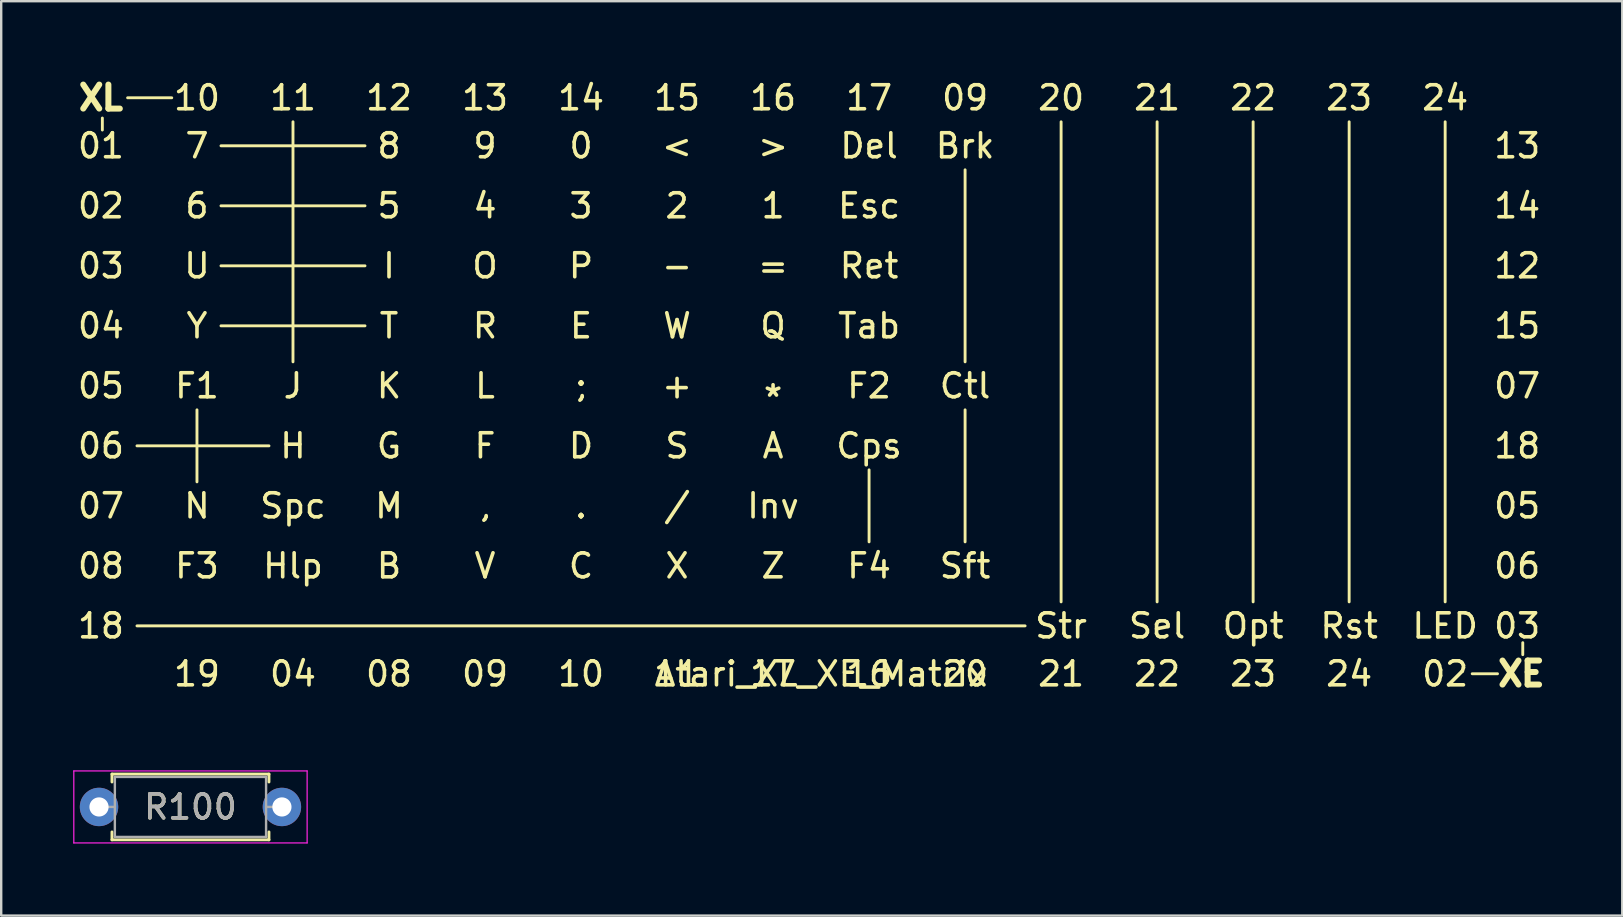
<source format=kicad_pcb>
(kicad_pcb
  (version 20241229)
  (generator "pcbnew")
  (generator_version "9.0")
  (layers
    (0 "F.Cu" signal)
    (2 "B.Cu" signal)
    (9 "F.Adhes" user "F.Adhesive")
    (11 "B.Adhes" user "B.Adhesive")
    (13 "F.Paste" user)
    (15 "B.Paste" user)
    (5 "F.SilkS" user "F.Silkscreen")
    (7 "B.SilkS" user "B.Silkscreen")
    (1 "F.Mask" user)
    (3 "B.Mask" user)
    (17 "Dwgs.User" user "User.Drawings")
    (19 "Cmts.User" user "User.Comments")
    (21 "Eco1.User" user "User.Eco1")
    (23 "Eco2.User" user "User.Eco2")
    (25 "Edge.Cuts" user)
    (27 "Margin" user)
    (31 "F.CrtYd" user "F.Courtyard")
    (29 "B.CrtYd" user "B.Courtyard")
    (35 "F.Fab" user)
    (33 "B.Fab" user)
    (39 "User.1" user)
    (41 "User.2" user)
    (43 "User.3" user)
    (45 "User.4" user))
  (footprint "R100"
    (layer "F.Cu")
    (at 1.075 30.568)
    (property "Reference" "R100" (at 3.81 0 0) (layer "F.SilkS") (effects (font (size 1 1) (thickness 0.15))))
    (attr through_hole)
    (fp_line (start 0.54 -1.37) (end 7.08 -1.37) (stroke (width 0.12) (type solid)) (layer "F.SilkS"))
    (fp_line (start 0.54 -1.04) (end 0.54 -1.37) (stroke (width 0.12) (type solid)) (layer "F.SilkS"))
    (fp_line (start 0.54 1.04) (end 0.54 1.37) (stroke (width 0.12) (type solid)) (layer "F.SilkS"))
    (fp_line (start 0.54 1.37) (end 7.08 1.37) (stroke (width 0.12) (type solid)) (layer "F.SilkS"))
    (fp_line (start 7.08 -1.37) (end 7.08 -1.04) (stroke (width 0.12) (type solid)) (layer "F.SilkS"))
    (fp_line (start 7.08 1.37) (end 7.08 1.04) (stroke (width 0.12) (type solid)) (layer "F.SilkS"))
    (fp_line (start -1.05 -1.5) (end -1.05 1.5) (stroke (width 0.05) (type solid)) (layer "F.CrtYd"))
    (fp_line (start -1.05 1.5) (end 8.67 1.5) (stroke (width 0.05) (type solid)) (layer "F.CrtYd"))
    (fp_line (start 8.67 -1.5) (end -1.05 -1.5) (stroke (width 0.05) (type solid)) (layer "F.CrtYd"))
    (fp_line (start 8.67 1.5) (end 8.67 -1.5) (stroke (width 0.05) (type solid)) (layer "F.CrtYd"))
    (fp_line (start 0 0) (end 0.66 0) (stroke (width 0.1) (type solid)) (layer "F.Fab"))
    (fp_line (start 0.66 -1.25) (end 0.66 1.25) (stroke (width 0.1) (type solid)) (layer "F.Fab"))
    (fp_line (start 0.66 1.25) (end 6.96 1.25) (stroke (width 0.1) (type solid)) (layer "F.Fab"))
    (fp_line (start 6.96 -1.25) (end 0.66 -1.25) (stroke (width 0.1) (type solid)) (layer "F.Fab"))
    (fp_line (start 6.96 1.25) (end 6.96 -1.25) (stroke (width 0.1) (type solid)) (layer "F.Fab"))
    (fp_line (start 7.62 0) (end 6.96 0) (stroke (width 0.1) (type solid)) (layer "F.Fab"))
    (fp_text user "${REFERENCE}" (at 3.81 0 180) (layer "F.Fab") (effects (font (size 1 1) (thickness 0.15))))
    (pad "1" thru_hole circle (at 0 0) (size 1.6 1.6) (drill 0.8) (layers "*.Cu" "*.Mask"))
    (pad "2" thru_hole oval (at 7.62 0) (size 1.6 1.6) (drill 0.8) (layers "*.Cu" "*.Mask")))
  (footprint "Atari_XL_XE_Matrix"
    (layer "F.Cu")
    (at 31.156 11.524)
    (property "Reference" "Atari_XL_XE_Matrix" (at 0 13.5 0) (layer "F.SilkS") (effects (font (size 1 1) (thickness 0.15))))
    (attr through_hole)
    (fp_line (start -29.942 -9.657) (end -29.942 -9.157) (stroke (width 0.12) (type solid)) (layer "F.SilkS"))
    (fp_line (start -28.89 -10.5) (end -27.051 -10.5) (stroke (width 0.12) (type solid)) (layer "F.SilkS"))
    (fp_line (start -28.5 4) (end -23 4) (stroke (width 0.12) (type solid)) (layer "F.SilkS"))
    (fp_line (start -28.5 11.5) (end 8.5 11.5) (stroke (width 0.12) (type solid)) (layer "F.SilkS"))
    (fp_line (start -26 2.5) (end -26 5.5) (stroke (width 0.12) (type solid)) (layer "F.SilkS"))
    (fp_line (start -25 -8.5) (end -19 -8.5) (stroke (width 0.12) (type solid)) (layer "F.SilkS"))
    (fp_line (start -25 -6) (end -19 -6) (stroke (width 0.12) (type solid)) (layer "F.SilkS"))
    (fp_line (start -25 -3.5) (end -19 -3.5) (stroke (width 0.12) (type solid)) (layer "F.SilkS"))
    (fp_line (start -25 -1) (end -19 -1) (stroke (width 0.12) (type solid)) (layer "F.SilkS"))
    (fp_line (start -22 -9.5) (end -22 0.5) (stroke (width 0.12) (type solid)) (layer "F.SilkS"))
    (fp_line (start 2 5) (end 2 8) (stroke (width 0.12) (type solid)) (layer "F.SilkS"))
    (fp_line (start 6 -7.5) (end 6 0.5) (stroke (width 0.12) (type solid)) (layer "F.SilkS"))
    (fp_line (start 6 2.5) (end 6 8) (stroke (width 0.12) (type solid)) (layer "F.SilkS"))
    (fp_line (start 10 -9.5) (end 10 10.5) (stroke (width 0.12) (type solid)) (layer "F.SilkS"))
    (fp_line (start 14 -9.5) (end 14 10.5) (stroke (width 0.12) (type solid)) (layer "F.SilkS"))
    (fp_line (start 18 -9.5) (end 18 10.5) (stroke (width 0.12) (type solid)) (layer "F.SilkS"))
    (fp_line (start 22 -9.5) (end 22 10.5) (stroke (width 0.12) (type solid)) (layer "F.SilkS"))
    (fp_line (start 26 -9.5) (end 26 10.5) (stroke (width 0.12) (type solid)) (layer "F.SilkS"))
    (fp_line (start 27.127 13.495) (end 28.181 13.495) (stroke (width 0.12) (type solid)) (layer "F.SilkS"))
    (fp_line (start 29.233 12.2) (end 29.233 12.7) (stroke (width 0.12) (type solid)) (layer "F.SilkS"))
    (fp_text user "05" (at 29 6.5 0) (layer "F.SilkS") (effects (font (size 1 1) (thickness 0.15))))
    (fp_text user "03" (at -30 -3.5 0) (layer "F.SilkS") (effects (font (size 1 1) (thickness 0.15))))
    (fp_text user "K" (at -18 1.5 0) (layer "F.SilkS") (effects (font (size 1 1) (thickness 0.15))))
    (fp_text user "Ret" (at 2 -3.5 0) (layer "F.SilkS") (effects (font (size 1 1) (thickness 0.15))))
    (fp_text user "F3" (at -26 9 0) (layer "F.SilkS") (effects (font (size 1 1) (thickness 0.15))))
    (fp_text user "22" (at 14 13.5 0) (layer "F.SilkS") (effects (font (size 1 1) (thickness 0.15))))
    (fp_text user "F4" (at 2 9 0) (layer "F.SilkS") (effects (font (size 1 1) (thickness 0.15))))
    (fp_text user "Spc" (at -22 6.5 0) (layer "F.SilkS") (effects (font (size 1 1) (thickness 0.15))))
    (fp_text user "11" (at -22 -10.5 0) (layer "F.SilkS") (effects (font (size 1 1) (thickness 0.15))))
    (fp_text user "Sft" (at 6 9 0) (layer "F.SilkS") (effects (font (size 1 1) (thickness 0.15))))
    (fp_text user "20" (at 6 13.5 0) (layer "F.SilkS") (effects (font (size 1 1) (thickness 0.15))))
    (fp_text user "08" (at -30 9 0) (layer "F.SilkS") (effects (font (size 1 1) (thickness 0.15))))
    (fp_text user "Inv" (at -2 6.5 0) (layer "F.SilkS") (effects (font (size 1 1) (thickness 0.15))))
    (fp_text user "<" (at -6 -8.5 0) (layer "F.SilkS") (effects (font (size 1 1) (thickness 0.15))))
    (fp_text user "23" (at 18 13.5 0) (layer "F.SilkS") (effects (font (size 1 1) (thickness 0.15))))
    (fp_text user "J" (at -22 1.5 0) (layer "F.SilkS") (effects (font (size 1 1) (thickness 0.15))))
    (fp_text user "9" (at -14 -8.5 0) (layer "F.SilkS") (effects (font (size 1 1) (thickness 0.15))))
    (fp_text user ">" (at -2 -8.5 0) (layer "F.SilkS") (effects (font (size 1 1) (thickness 0.15))))
    (fp_text user "=" (at -2 -3.5 0) (layer "F.SilkS") (effects (font (size 1 1) (thickness 0.15))))
    (fp_text user "P" (at -10 -3.5 0) (layer "F.SilkS") (effects (font (size 1 1) (thickness 0.15))))
    (fp_text user "Esc" (at 2 -6 0) (layer "F.SilkS") (effects (font (size 1 1) (thickness 0.15))))
    (fp_text user "24" (at 26 -10.5 0) (layer "F.SilkS") (effects (font (size 1 1) (thickness 0.15))))
    (fp_text user "+" (at -6 1.5 0) (layer "F.SilkS") (effects (font (size 1 1) (thickness 0.15))))
    (fp_text user "LED" (at 26 11.5 0) (layer "F.SilkS") (effects (font (size 1 1) (thickness 0.15))))
    (fp_text user "Cps" (at 2 4 0) (layer "F.SilkS") (effects (font (size 1 1) (thickness 0.15))))
    (fp_text user "8" (at -18 -8.5 0) (layer "F.SilkS") (effects (font (size 1 1) (thickness 0.15))))
    (fp_text user "X" (at -6 9 0) (layer "F.SilkS") (effects (font (size 1 1) (thickness 0.15))))
    (fp_text user "10" (at -26 -10.5 0) (layer "F.SilkS") (effects (font (size 1 1) (thickness 0.15))))
    (fp_text user "02" (at 26 13.5 0) (layer "F.SilkS") (effects (font (size 1 1) (thickness 0.15))))
    (fp_text user "Tab" (at 2 -1 0) (layer "F.SilkS") (effects (font (size 1 1) (thickness 0.15))))
    (fp_text user "13" (at 29 -8.5 0) (layer "F.SilkS") (effects (font (size 1 1) (thickness 0.15))))
    (fp_text user "03" (at 29 11.5 0) (layer "F.SilkS") (effects (font (size 1 1) (thickness 0.15))))
    (fp_text user ";" (at -10 1.5 0) (layer "F.SilkS") (effects (font (size 1 1) (thickness 0.15))))
    (fp_text user "14" (at 29 -6 0) (layer "F.SilkS") (effects (font (size 1 1) (thickness 0.15))))
    (fp_text user "W" (at -6 -1 0) (layer "F.SilkS") (effects (font (size 1 1) (thickness 0.15))))
    (fp_text user "E" (at -10 -1 0) (layer "F.SilkS") (effects (font (size 1 1) (thickness 0.15))))
    (fp_text user "16" (at -2 -10.5 0) (layer "F.SilkS") (effects (font (size 1 1) (thickness 0.15))))
    (fp_text user "F1" (at -26 1.5 0) (layer "F.SilkS") (effects (font (size 1 1) (thickness 0.15))))
    (fp_text user "B" (at -18 9 0) (layer "F.SilkS") (effects (font (size 1 1) (thickness 0.15))))
    (fp_text user "15" (at 29 -1 0) (layer "F.SilkS") (effects (font (size 1 1) (thickness 0.15))))
    (fp_text user "N" (at -26 6.5 0) (layer "F.SilkS") (effects (font (size 1 1) (thickness 0.15))))
    (fp_text user "17" (at 2 -10.5 0) (layer "F.SilkS") (effects (font (size 1 1) (thickness 0.15))))
    (fp_text user "5" (at -18 -6 0) (layer "F.SilkS") (effects (font (size 1 1) (thickness 0.15))))
    (fp_text user "." (at -10 6.5 0) (layer "F.SilkS") (effects (font (size 1 1) (thickness 0.15))))
    (fp_text user "06" (at -30 4 0) (layer "F.SilkS") (effects (font (size 1 1) (thickness 0.15))))
    (fp_text user "V" (at -14 9 0) (layer "F.SilkS") (effects (font (size 1 1) (thickness 0.15))))
    (fp_text user "Hlp" (at -22 9 0) (layer "F.SilkS") (effects (font (size 1 1) (thickness 0.15))))
    (fp_text user "07" (at 29 1.5 0) (layer "F.SilkS") (effects (font (size 1 1) (thickness 0.15))))
    (fp_text user "6" (at -26 -6 0) (layer "F.SilkS") (effects (font (size 1 1) (thickness 0.15))))
    (fp_text user "04" (at -22 13.5 0) (layer "F.SilkS") (effects (font (size 1 1) (thickness 0.15))))
    (fp_text user "G" (at -18 4 0) (layer "F.SilkS") (effects (font (size 1 1) (thickness 0.15))))
    (fp_text user "02" (at -30 -6 0) (layer "F.SilkS") (effects (font (size 1 1) (thickness 0.15))))
    (fp_text user "07" (at -30 6.5 0) (layer "F.SilkS") (effects (font (size 1 1) (thickness 0.15))))
    (fp_text user "08" (at -18 13.5 0) (layer "F.SilkS") (effects (font (size 1 1) (thickness 0.15))))
    (fp_text user "Brk" (at 6 -8.5 0) (layer "F.SilkS") (effects (font (size 1 1) (thickness 0.15))))
    (fp_text user "4" (at -14 -6 0) (layer "F.SilkS") (effects (font (size 1 1) (thickness 0.15))))
    (fp_text user "Opt" (at 18 11.5 0) (layer "F.SilkS") (effects (font (size 1 1) (thickness 0.15))))
    (fp_text user "C" (at -10 9 0) (layer "F.SilkS") (effects (font (size 1 1) (thickness 0.15))))
    (fp_text user "XE" (at 29.174 13.495 0) (layer "F.SilkS") (effects (font (size 1 1) (thickness 0.25))))
    (fp_text user "O" (at -14 -3.5 0) (layer "F.SilkS") (effects (font (size 1 1) (thickness 0.15))))
    (fp_text user "Str" (at 10 11.5 0) (layer "F.SilkS") (effects (font (size 1 1) (thickness 0.15))))
    (fp_text user "D" (at -10 4 0) (layer "F.SilkS") (effects (font (size 1 1) (thickness 0.15))))
    (fp_text user "22" (at 18 -10.5 0) (layer "F.SilkS") (effects (font (size 1 1) (thickness 0.15))))
    (fp_text user "1" (at -2 -6 0) (layer "F.SilkS") (effects (font (size 1 1) (thickness 0.15))))
    (fp_text user "13" (at -14 -10.5 0) (layer "F.SilkS") (effects (font (size 1 1) (thickness 0.15))))
    (fp_text user "U" (at -26 -3.5 0) (layer "F.SilkS") (effects (font (size 1 1) (thickness 0.15))))
    (fp_text user "05" (at -30 1.5 0) (layer "F.SilkS") (effects (font (size 1 1) (thickness 0.15))))
    (fp_text user "18" (at 29 4 0) (layer "F.SilkS") (effects (font (size 1 1) (thickness 0.15))))
    (fp_text user "A" (at -2 4 0) (layer "F.SilkS") (effects (font (size 1 1) (thickness 0.15))))
    (fp_text user "16" (at 2 13.5 0) (layer "F.SilkS") (effects (font (size 1 1) (thickness 0.15))))
    (fp_text user "H" (at -22 4 0) (layer "F.SilkS") (effects (font (size 1 1) (thickness 0.15))))
    (fp_text user "Z" (at -2 9 0) (layer "F.SilkS") (effects (font (size 1 1) (thickness 0.15))))
    (fp_text user "Q" (at -2 -1 0) (layer "F.SilkS") (effects (font (size 1 1) (thickness 0.15))))
    (fp_text user "L" (at -14 1.5 0) (layer "F.SilkS") (effects (font (size 1 1) (thickness 0.15))))
    (fp_text user "10" (at -10 13.5 0) (layer "F.SilkS") (effects (font (size 1 1) (thickness 0.15))))
    (fp_text user "R" (at -14 -1 0) (layer "F.SilkS") (effects (font (size 1 1) (thickness 0.15))))
    (fp_text user "M" (at -18 6.5 0) (layer "F.SilkS") (effects (font (size 1 1) (thickness 0.15))))
    (fp_text user "04" (at -30 -1 0) (layer "F.SilkS") (effects (font (size 1 1) (thickness 0.15))))
    (fp_text user "21" (at 14 -10.5 0) (layer "F.SilkS") (effects (font (size 1 1) (thickness 0.15))))
    (fp_text user "/" (at -6 6.5 0) (layer "F.SilkS") (effects (font (size 1 1) (thickness 0.15))))
    (fp_text user "0" (at -10 -8.5 0) (layer "F.SilkS") (effects (font (size 1 1) (thickness 0.15))))
    (fp_text user "18" (at -30 11.5 0) (layer "F.SilkS") (effects (font (size 1 1) (thickness 0.15))))
    (fp_text user "Sel" (at 14 11.5 0) (layer "F.SilkS") (effects (font (size 1 1) (thickness 0.15))))
    (fp_text user "S" (at -6 4 0) (layer "F.SilkS") (effects (font (size 1 1) (thickness 0.15))))
    (fp_text user "06" (at 29 9 0) (layer "F.SilkS") (effects (font (size 1 1) (thickness 0.15))))
    (fp_text user "Del" (at 2 -8.5 0) (layer "F.SilkS") (effects (font (size 1 1) (thickness 0.15))))
    (fp_text user "12" (at -18 -10.5 0) (layer "F.SilkS") (effects (font (size 1 1) (thickness 0.15))))
    (fp_text user "7" (at -26 -8.5 0) (layer "F.SilkS") (effects (font (size 1 1) (thickness 0.15))))
    (fp_text user "F" (at -14 4 0) (layer "F.SilkS") (effects (font (size 1 1) (thickness 0.15))))
    (fp_text user "14" (at -10 -10.5 0) (layer "F.SilkS") (effects (font (size 1 1) (thickness 0.15))))
    (fp_text user "21" (at 10 13.5 0) (layer "F.SilkS") (effects (font (size 1 1) (thickness 0.15))))
    (fp_text user "15" (at -6 -10.5 0) (layer "F.SilkS") (effects (font (size 1 1) (thickness 0.15))))
    (fp_text user "Y" (at -26 -1 0) (layer "F.SilkS") (effects (font (size 1 1) (thickness 0.15))))
    (fp_text user "24" (at 22 13.5 0) (layer "F.SilkS") (effects (font (size 1 1) (thickness 0.15))))
    (fp_text user "19" (at -26 13.5 0) (layer "F.SilkS") (effects (font (size 1 1) (thickness 0.15))))
    (fp_text user "I" (at -18 -3.5 0) (layer "F.SilkS") (effects (font (size 1 1) (thickness 0.15))))
    (fp_text user "23" (at 22 -10.5 0) (layer "F.SilkS") (effects (font (size 1 1) (thickness 0.15))))
    (fp_text user "Rst" (at 22 11.5 0) (layer "F.SilkS") (effects (font (size 1 1) (thickness 0.15))))
    (fp_text user "17" (at -2 13.5 0) (layer "F.SilkS") (effects (font (size 1 1) (thickness 0.15))))
    (fp_text user "09" (at 6 -10.5 0) (layer "F.SilkS") (effects (font (size 1 1) (thickness 0.15))))
    (fp_text user "Ctl" (at 6 1.5 0) (layer "F.SilkS") (effects (font (size 1 1) (thickness 0.15))))
    (fp_text user "T" (at -18 -1 0) (layer "F.SilkS") (effects (font (size 1 1) (thickness 0.15))))
    (fp_text user "," (at -14 6.5 0) (layer "F.SilkS") (effects (font (size 1 1) (thickness 0.15))))
    (fp_text user "F2" (at 2 1.5 0) (layer "F.SilkS") (effects (font (size 1 1) (thickness 0.15))))
    (fp_text user "*" (at -2 2 0) (layer "F.SilkS") (effects (font (size 1 1) (thickness 0.15))))
    (fp_text user "01" (at -30 -8.5 0) (layer "F.SilkS") (effects (font (size 1 1) (thickness 0.15))))
    (fp_text user "20" (at 10 -10.5 0) (layer "F.SilkS") (effects (font (size 1 1) (thickness 0.15))))
    (fp_text user "XL" (at -30 -10.5 0) (layer "F.SilkS") (effects (font (size 1 1) (thickness 0.25))))
    (fp_text user "11" (at -6 13.5 0) (layer "F.SilkS") (effects (font (size 1 1) (thickness 0.15))))
    (fp_text user "09" (at -14 13.5 0) (layer "F.SilkS") (effects (font (size 1 1) (thickness 0.15))))
    (fp_text user "3" (at -10 -6 0) (layer "F.SilkS") (effects (font (size 1 1) (thickness 0.15))))
    (fp_text user "-" (at -6 -3.5 0) (layer "F.SilkS") (effects (font (size 1 1) (thickness 0.15))))
    (fp_text user "12" (at 29 -3.5 0) (layer "F.SilkS") (effects (font (size 1 1) (thickness 0.15))))
    (fp_text user "2" (at -6 -6 0) (layer "F.SilkS") (effects (font (size 1 1) (thickness 0.15)))))
  (gr_rect
    (start -3 -3)
    (end 64.534 35.093)
    (stroke (width 0.1) (type default))
    (fill no)
    (layer "Edge.Cuts")))
</source>
